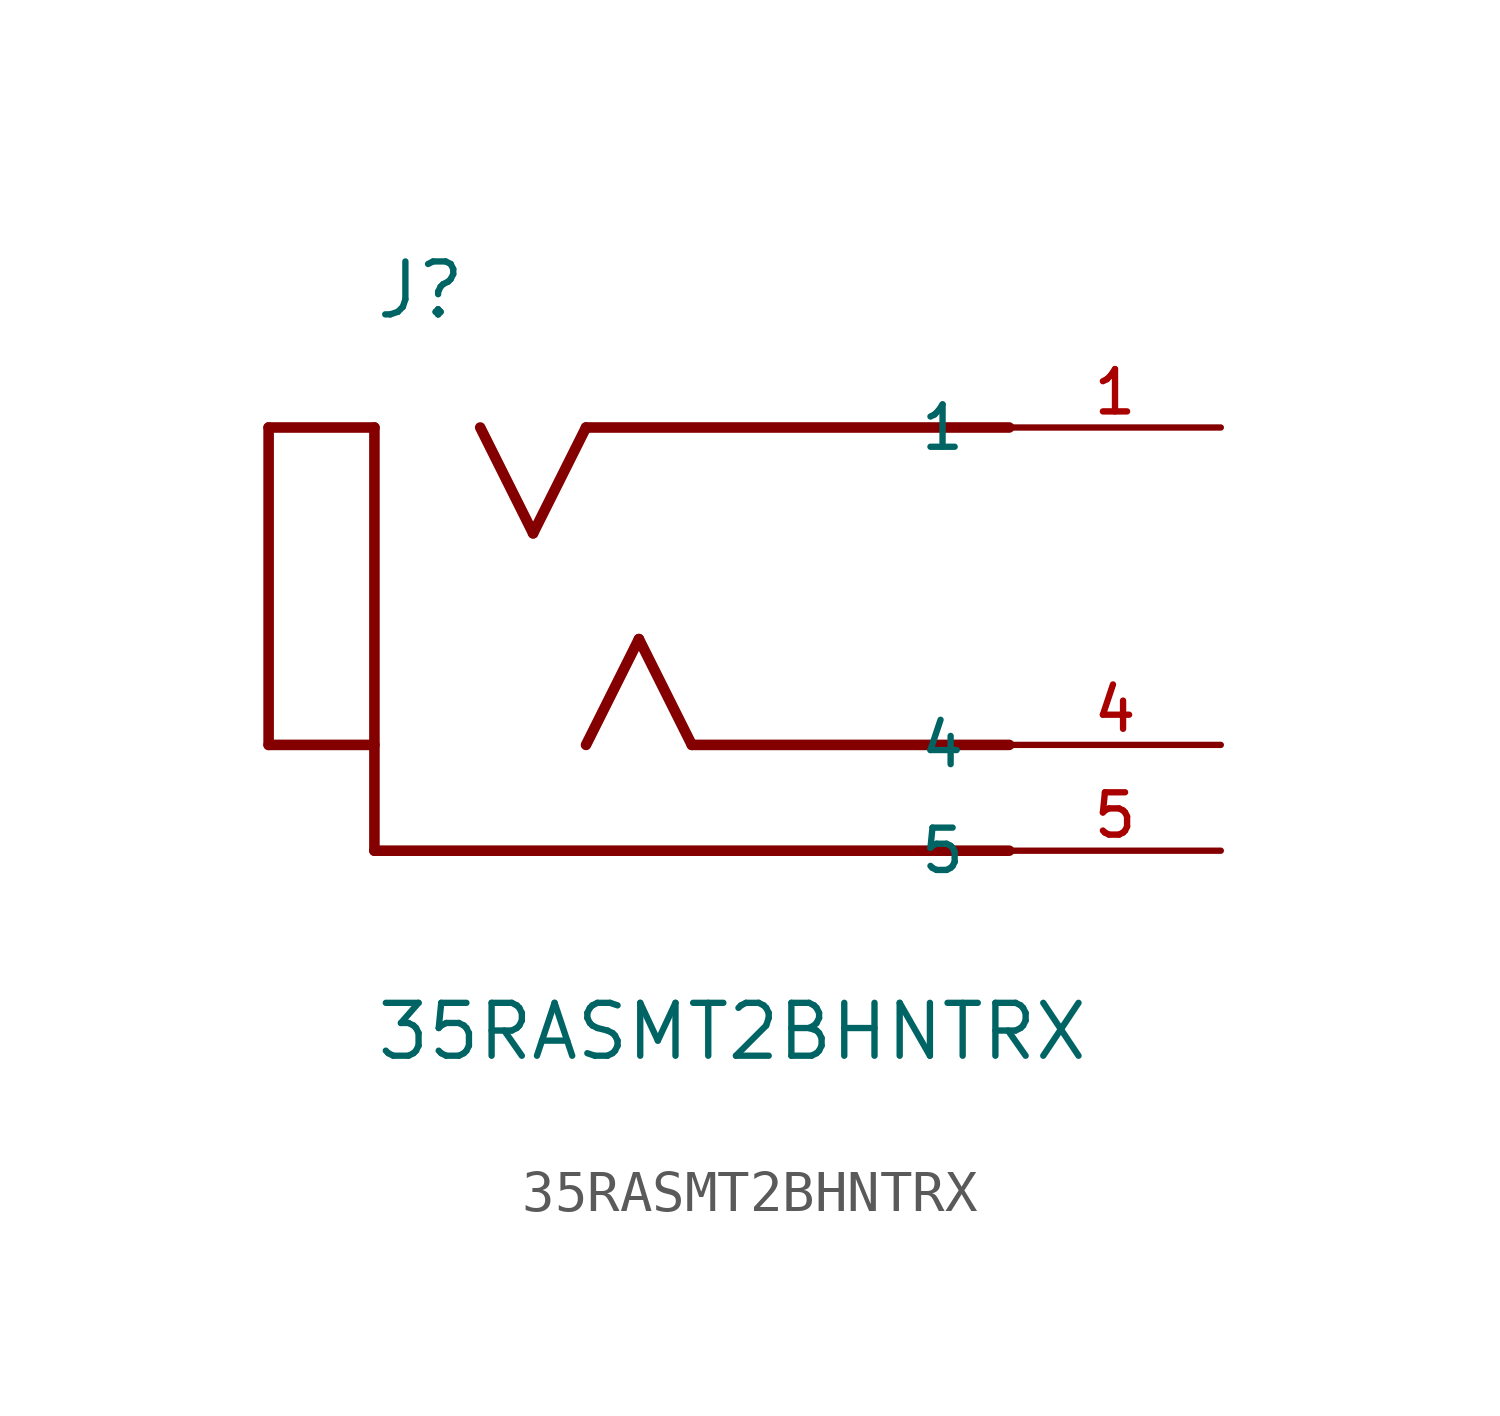
<source format=kicad_sym>
(kicad_symbol_lib
  (version 20231120)
  (generator "kicad_symbol_editor")
  (generator_version "8.0")
  (symbol "35RASMT2BHNTRX"
    (pin_names
      (offset 1.016))
    (property "Reference" "J"
      (at -12.722 7.633 0)
      (effects (font (size 1.27 1.27)) (justify left bottom)))
    (property "Value" "35RASMT2BHNTRX"
      (at -12.708 -10.166 0)
      (effects (font (size 1.27 1.27)) (justify left bottom)))
    (symbol "35RASMT2BHNTRX_0_0"
      (polyline (pts (xy -15.24 -2.54) (xy -12.7 -2.54)) (stroke (width 0.254) (type default)) (fill (type none)))
      (polyline (pts (xy -15.24 5.08) (xy -15.24 -2.54)) (stroke (width 0.254) (type default)) (fill (type none)))
      (polyline (pts (xy -12.7 -5.08) (xy 2.54 -5.08)) (stroke (width 0.254) (type default)) (fill (type none)))
      (polyline (pts (xy -12.7 5.08) (xy -15.24 5.08)) (stroke (width 0.254) (type default)) (fill (type none)))
      (polyline (pts (xy -12.7 5.08) (xy -12.7 -5.08)) (stroke (width 0.254) (type default)) (fill (type none)))
      (polyline (pts (xy -10.16 5.08) (xy -8.89 2.54)) (stroke (width 0.254) (type default)) (fill (type none)))
      (polyline (pts (xy -8.89 2.54) (xy -7.62 5.08)) (stroke (width 0.254) (type default)) (fill (type none)))
      (polyline (pts (xy -7.62 5.08) (xy 2.54 5.08)) (stroke (width 0.254) (type default)) (fill (type none)))
      (polyline (pts (xy -6.35 0) (xy -7.62 -2.54)) (stroke (width 0.254) (type default)) (fill (type none)))
      (polyline (pts (xy -6.35 0) (xy -5.08 -2.54)) (stroke (width 0.254) (type default)) (fill (type none)))
      (polyline (pts (xy -5.08 -2.54) (xy 2.54 -2.54)) (stroke (width 0.254) (type default)) (fill (type none)))
      (pin passive line (at 7.62 5.08 180) (length 5.08) (name "1" (effects (font (size 1.016 1.016)))) (number "1" (effects (font (size 1.016 1.016)))))
      (pin passive line (at 7.62 -2.54 180) (length 5.08) (name "4" (effects (font (size 1.016 1.016)))) (number "4" (effects (font (size 1.016 1.016)))))
      (pin passive line (at 7.62 -5.08 180) (length 5.08) (name "5" (effects (font (size 1.016 1.016)))) (number "5" (effects (font (size 1.016 1.016))))))))
</source>
